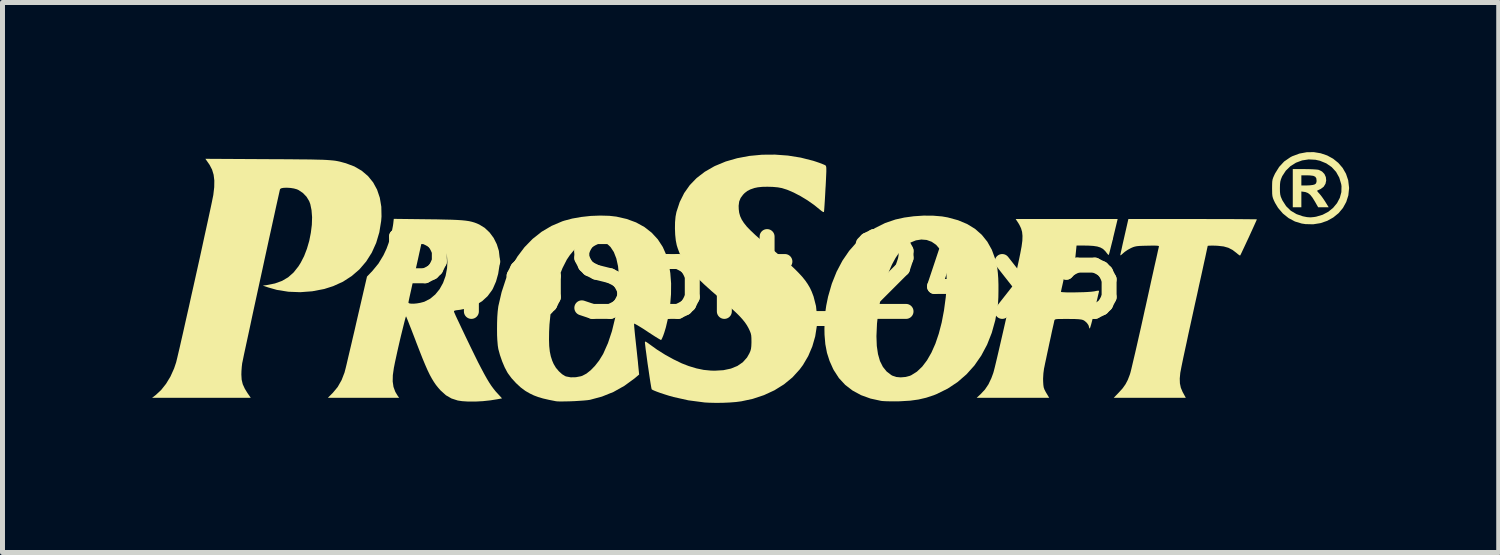
<source format=kicad_pcb>
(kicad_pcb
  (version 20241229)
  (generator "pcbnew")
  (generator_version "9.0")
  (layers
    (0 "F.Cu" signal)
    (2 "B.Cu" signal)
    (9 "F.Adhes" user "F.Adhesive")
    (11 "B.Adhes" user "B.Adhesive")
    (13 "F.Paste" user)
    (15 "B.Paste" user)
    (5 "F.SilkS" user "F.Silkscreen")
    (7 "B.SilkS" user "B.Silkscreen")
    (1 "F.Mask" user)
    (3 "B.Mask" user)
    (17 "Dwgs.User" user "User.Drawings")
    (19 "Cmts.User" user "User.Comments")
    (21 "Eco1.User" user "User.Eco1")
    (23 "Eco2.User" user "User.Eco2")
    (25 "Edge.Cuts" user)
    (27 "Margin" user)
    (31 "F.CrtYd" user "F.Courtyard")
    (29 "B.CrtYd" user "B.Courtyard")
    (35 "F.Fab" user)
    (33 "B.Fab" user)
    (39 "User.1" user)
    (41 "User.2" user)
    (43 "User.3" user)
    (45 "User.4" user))
  (footprint "ProSoft_24x5"
    (layer "F.Cu")
    (at 12.008 2.515)
    (property "Reference" "ProSoft_24x5" (at 0 0 0) (layer "F.SilkS") (effects (font (size 1.5 1.5) (thickness 0.3))))
    (attr exclude_from_pos_files exclude_from_bom allow_missing_courtyard)
    (fp_rect (start -0.1 -0.1) (end 0.1 0.1) (stroke (width 0.15) (type default)) (fill no) (layer "F.SilkS"))
    (fp_poly (pts (xy 11.092 -2.175) (xy 11.179 -2.174) (xy 11.259 -2.171) (xy 11.325 -2.167) (xy 11.369 -2.162) (xy 11.378 -2.16) (xy 11.447 -2.127) (xy 11.496 -2.076) (xy 11.524 -2.014) (xy 11.531 -1.947) (xy 11.517 -1.881) (xy 11.481 -1.822) (xy 11.422 -1.777) (xy 11.413 -1.773) (xy 11.375 -1.755) (xy 11.351 -1.743) (xy 11.348 -1.742) (xy 11.354 -1.729) (xy 11.376 -1.702) (xy 11.391 -1.686) (xy 11.423 -1.648) (xy 11.463 -1.594) (xy 11.504 -1.533) (xy 11.511 -1.522) (xy 11.581 -1.409) (xy 11.475 -1.409) (xy 11.37 -1.409) (xy 11.308 -1.518) (xy 11.257 -1.601) (xy 11.211 -1.659) (xy 11.165 -1.695) (xy 11.116 -1.714) (xy 11.098 -1.717) (xy 11.033 -1.726) (xy 11.033 -1.567) (xy 11.033 -1.409) (xy 10.947 -1.409) (xy 10.861 -1.409) (xy 10.861 -1.792) (xy 10.861 -2.05) (xy 11.033 -2.05) (xy 11.033 -1.948) (xy 11.033 -1.847) (xy 11.147 -1.847) (xy 11.209 -1.85) (xy 11.264 -1.857) (xy 11.299 -1.867) (xy 11.299 -1.867) (xy 11.326 -1.887) (xy 11.337 -1.919) (xy 11.338 -1.948) (xy 11.332 -1.992) (xy 11.311 -2.022) (xy 11.271 -2.04) (xy 11.206 -2.048) (xy 11.147 -2.05) (xy 11.033 -2.05) (xy 10.861 -2.05) (xy 10.861 -2.175)) (stroke (width 0) (type solid)) (fill yes) (layer "F.SilkS"))
    (fp_poly (pts (xy 11.421 -2.492) (xy 11.551 -2.448) (xy 11.67 -2.383) (xy 11.774 -2.299) (xy 11.861 -2.198) (xy 11.928 -2.081) (xy 11.972 -1.951) (xy 11.989 -1.809) (xy 11.99 -1.792) (xy 11.975 -1.648) (xy 11.933 -1.516) (xy 11.867 -1.396) (xy 11.78 -1.292) (xy 11.673 -1.205) (xy 11.551 -1.137) (xy 11.415 -1.091) (xy 11.269 -1.068) (xy 11.115 -1.072) (xy 11.041 -1.083) (xy 10.905 -1.124) (xy 10.777 -1.192) (xy 10.663 -1.284) (xy 10.567 -1.396) (xy 10.506 -1.497) (xy 10.48 -1.551) (xy 10.463 -1.594) (xy 10.453 -1.633) (xy 10.448 -1.68) (xy 10.447 -1.743) (xy 10.446 -1.792) (xy 10.603 -1.792) (xy 10.604 -1.72) (xy 10.609 -1.668) (xy 10.62 -1.623) (xy 10.641 -1.574) (xy 10.654 -1.546) (xy 10.727 -1.432) (xy 10.821 -1.34) (xy 10.936 -1.272) (xy 11.061 -1.229) (xy 11.145 -1.212) (xy 11.216 -1.207) (xy 11.289 -1.214) (xy 11.331 -1.221) (xy 11.459 -1.259) (xy 11.573 -1.319) (xy 11.67 -1.398) (xy 11.748 -1.492) (xy 11.804 -1.598) (xy 11.835 -1.713) (xy 11.838 -1.832) (xy 11.832 -1.873) (xy 11.793 -2.004) (xy 11.729 -2.119) (xy 11.641 -2.215) (xy 11.532 -2.29) (xy 11.405 -2.342) (xy 11.315 -2.362) (xy 11.18 -2.369) (xy 11.048 -2.349) (xy 10.925 -2.303) (xy 10.815 -2.234) (xy 10.722 -2.144) (xy 10.651 -2.036) (xy 10.645 -2.023) (xy 10.624 -1.972) (xy 10.611 -1.925) (xy 10.605 -1.871) (xy 10.603 -1.799) (xy 10.603 -1.792) (xy 10.446 -1.792) (xy 10.446 -1.792) (xy 10.447 -1.869) (xy 10.449 -1.924) (xy 10.456 -1.967) (xy 10.469 -2.006) (xy 10.49 -2.053) (xy 10.506 -2.087) (xy 10.588 -2.219) (xy 10.688 -2.327) (xy 10.81 -2.411) (xy 10.849 -2.432) (xy 10.994 -2.486) (xy 11.14 -2.513) (xy 11.283 -2.515)) (stroke (width 0) (type solid)) (fill yes) (layer "F.SilkS"))
    (fp_poly (pts (xy 3.649 -1.241) (xy 3.829 -1.226) (xy 3.943 -1.206) (xy 4.149 -1.15) (xy 4.331 -1.074) (xy 4.49 -0.977) (xy 4.625 -0.858) (xy 4.737 -0.719) (xy 4.827 -0.558) (xy 4.894 -0.376) (xy 4.938 -0.18) (xy 4.948 -0.093) (xy 4.956 0.017) (xy 4.96 0.141) (xy 4.96 0.27) (xy 4.958 0.395) (xy 4.952 0.507) (xy 4.945 0.579) (xy 4.897 0.852) (xy 4.826 1.108) (xy 4.732 1.346) (xy 4.615 1.565) (xy 4.477 1.764) (xy 4.318 1.941) (xy 4.139 2.096) (xy 3.941 2.227) (xy 3.724 2.334) (xy 3.663 2.359) (xy 3.511 2.409) (xy 3.357 2.445) (xy 3.191 2.468) (xy 3.005 2.479) (xy 2.966 2.481) (xy 2.869 2.482) (xy 2.777 2.481) (xy 2.695 2.479) (xy 2.632 2.475) (xy 2.607 2.472) (xy 2.395 2.426) (xy 2.204 2.357) (xy 2.035 2.265) (xy 1.888 2.152) (xy 1.762 2.016) (xy 1.659 1.857) (xy 1.645 1.831) (xy 1.574 1.672) (xy 1.522 1.509) (xy 1.489 1.335) (xy 1.476 1.182) (xy 2.514 1.182) (xy 2.521 1.371) (xy 2.545 1.535) (xy 2.585 1.675) (xy 2.643 1.79) (xy 2.718 1.883) (xy 2.812 1.955) (xy 2.836 1.968) (xy 2.91 1.993) (xy 2.999 2.001) (xy 3.094 1.993) (xy 3.184 1.97) (xy 3.213 1.957) (xy 3.326 1.886) (xy 3.432 1.785) (xy 3.529 1.657) (xy 3.617 1.503) (xy 3.696 1.325) (xy 3.764 1.124) (xy 3.822 0.901) (xy 3.868 0.659) (xy 3.903 0.398) (xy 3.914 0.277) (xy 3.923 0.083) (xy 3.916 -0.096) (xy 3.896 -0.259) (xy 3.862 -0.4) (xy 3.815 -0.519) (xy 3.786 -0.568) (xy 3.711 -0.656) (xy 3.621 -0.718) (xy 3.521 -0.754) (xy 3.414 -0.763) (xy 3.305 -0.746) (xy 3.197 -0.702) (xy 3.101 -0.636) (xy 3.026 -0.566) (xy 2.96 -0.488) (xy 2.898 -0.395) (xy 2.835 -0.28) (xy 2.817 -0.243) (xy 2.731 -0.043) (xy 2.658 0.179) (xy 2.598 0.418) (xy 2.554 0.667) (xy 2.525 0.92) (xy 2.514 1.171) (xy 2.514 1.182) (xy 1.476 1.182) (xy 1.473 1.143) (xy 1.471 1.032) (xy 1.475 0.863) (xy 1.486 0.711) (xy 1.507 0.564) (xy 1.539 0.408) (xy 1.544 0.383) (xy 1.619 0.123) (xy 1.715 -0.117) (xy 1.831 -0.337) (xy 1.967 -0.536) (xy 2.122 -0.712) (xy 2.294 -0.864) (xy 2.483 -0.991) (xy 2.687 -1.093) (xy 2.895 -1.164) (xy 3.071 -1.203) (xy 3.261 -1.229) (xy 3.457 -1.242)) (stroke (width 0) (type solid)) (fill yes) (layer "F.SilkS"))
    (fp_poly (pts (xy 9.051 -1.174) (xy 9.239 -1.173) (xy 9.416 -1.173) (xy 9.579 -1.173) (xy 9.726 -1.172) (xy 9.854 -1.171) (xy 9.962 -1.17) (xy 10.046 -1.169) (xy 10.105 -1.169) (xy 10.137 -1.167) (xy 10.141 -1.167) (xy 10.135 -1.151) (xy 10.117 -1.111) (xy 10.091 -1.053) (xy 10.058 -0.98) (xy 10.02 -0.897) (xy 9.98 -0.809) (xy 9.939 -0.722) (xy 9.9 -0.638) (xy 9.865 -0.564) (xy 9.837 -0.504) (xy 9.816 -0.461) (xy 9.806 -0.443) (xy 9.806 -0.442) (xy 9.791 -0.447) (xy 9.761 -0.469) (xy 9.733 -0.493) (xy 9.653 -0.554) (xy 9.57 -0.597) (xy 9.475 -0.624) (xy 9.36 -0.637) (xy 9.324 -0.639) (xy 9.255 -0.641) (xy 9.2 -0.64) (xy 9.165 -0.638) (xy 9.155 -0.635) (xy 9.152 -0.618) (xy 9.142 -0.574) (xy 9.127 -0.503) (xy 9.107 -0.409) (xy 9.081 -0.293) (xy 9.052 -0.159) (xy 9.019 -0.008) (xy 8.982 0.157) (xy 8.944 0.334) (xy 8.902 0.521) (xy 8.89 0.576) (xy 8.848 0.768) (xy 8.807 0.955) (xy 8.768 1.132) (xy 8.733 1.298) (xy 8.7 1.45) (xy 8.671 1.584) (xy 8.647 1.7) (xy 8.628 1.793) (xy 8.615 1.862) (xy 8.607 1.903) (xy 8.606 1.907) (xy 8.595 2.024) (xy 8.598 2.121) (xy 8.616 2.207) (xy 8.651 2.291) (xy 8.661 2.309) (xy 8.716 2.41) (xy 7.994 2.41) (xy 7.272 2.41) (xy 7.374 2.304) (xy 7.451 2.219) (xy 7.508 2.138) (xy 7.553 2.052) (xy 7.593 1.948) (xy 7.598 1.933) (xy 7.608 1.898) (xy 7.624 1.835) (xy 7.645 1.746) (xy 7.671 1.635) (xy 7.702 1.504) (xy 7.736 1.356) (xy 7.773 1.192) (xy 7.813 1.017) (xy 7.854 0.832) (xy 7.896 0.64) (xy 7.905 0.603) (xy 7.947 0.413) (xy 7.987 0.232) (xy 8.024 0.062) (xy 8.059 -0.094) (xy 8.09 -0.235) (xy 8.118 -0.358) (xy 8.141 -0.46) (xy 8.158 -0.54) (xy 8.171 -0.594) (xy 8.177 -0.621) (xy 8.178 -0.623) (xy 8.175 -0.632) (xy 8.159 -0.637) (xy 8.125 -0.64) (xy 8.068 -0.641) (xy 7.986 -0.64) (xy 7.946 -0.639) (xy 7.853 -0.637) (xy 7.785 -0.634) (xy 7.734 -0.629) (xy 7.694 -0.621) (xy 7.659 -0.61) (xy 7.622 -0.594) (xy 7.614 -0.59) (xy 7.553 -0.557) (xy 7.494 -0.517) (xy 7.461 -0.489) (xy 7.429 -0.46) (xy 7.407 -0.446) (xy 7.402 -0.447) (xy 7.406 -0.466) (xy 7.415 -0.51) (xy 7.43 -0.577) (xy 7.448 -0.661) (xy 7.47 -0.757) (xy 7.484 -0.818) (xy 7.565 -1.174) (xy 8.853 -1.174)) (stroke (width 0) (type solid)) (fill yes) (layer "F.SilkS"))
    (fp_poly (pts (xy 7.264 -0.818) (xy 7.24 -0.717) (xy 7.217 -0.626) (xy 7.198 -0.55) (xy 7.184 -0.494) (xy 7.174 -0.461) (xy 7.172 -0.454) (xy 7.159 -0.459) (xy 7.143 -0.477) (xy 7.1 -0.532) (xy 7.056 -0.573) (xy 7.004 -0.603) (xy 6.94 -0.623) (xy 6.859 -0.635) (xy 6.756 -0.641) (xy 6.659 -0.642) (xy 6.422 -0.642) (xy 6.317 -0.184) (xy 6.291 -0.069) (xy 6.267 0.037) (xy 6.247 0.129) (xy 6.23 0.203) (xy 6.219 0.255) (xy 6.213 0.283) (xy 6.213 0.286) (xy 6.228 0.291) (xy 6.268 0.294) (xy 6.329 0.297) (xy 6.405 0.298) (xy 6.491 0.297) (xy 6.58 0.295) (xy 6.668 0.293) (xy 6.749 0.289) (xy 6.818 0.284) (xy 6.869 0.278) (xy 6.883 0.276) (xy 6.936 0.265) (xy 6.965 0.262) (xy 6.976 0.267) (xy 6.975 0.281) (xy 6.974 0.288) (xy 6.968 0.312) (xy 6.956 0.362) (xy 6.94 0.433) (xy 6.919 0.52) (xy 6.897 0.619) (xy 6.884 0.676) (xy 6.86 0.776) (xy 6.838 0.864) (xy 6.819 0.937) (xy 6.803 0.99) (xy 6.793 1.019) (xy 6.789 1.023) (xy 6.778 1.003) (xy 6.776 0.991) (xy 6.764 0.953) (xy 6.733 0.909) (xy 6.691 0.871) (xy 6.657 0.851) (xy 6.623 0.842) (xy 6.568 0.835) (xy 6.49 0.831) (xy 6.385 0.83) (xy 6.347 0.829) (xy 6.252 0.83) (xy 6.183 0.83) (xy 6.137 0.832) (xy 6.108 0.836) (xy 6.092 0.843) (xy 6.084 0.852) (xy 6.08 0.865) (xy 6.069 0.917) (xy 6.052 0.992) (xy 6.031 1.085) (xy 6.009 1.191) (xy 5.984 1.303) (xy 5.96 1.417) (xy 5.936 1.528) (xy 5.915 1.629) (xy 5.896 1.716) (xy 5.883 1.782) (xy 5.874 1.823) (xy 5.861 1.92) (xy 5.855 2.025) (xy 5.856 2.082) (xy 5.86 2.151) (xy 5.867 2.201) (xy 5.882 2.244) (xy 5.906 2.291) (xy 5.919 2.313) (xy 5.977 2.41) (xy 5.251 2.41) (xy 4.524 2.41) (xy 4.604 2.336) (xy 4.689 2.245) (xy 4.759 2.141) (xy 4.818 2.017) (xy 4.856 1.914) (xy 4.867 1.875) (xy 4.884 1.809) (xy 4.906 1.718) (xy 4.933 1.605) (xy 4.964 1.473) (xy 4.998 1.325) (xy 5.035 1.165) (xy 5.074 0.995) (xy 5.114 0.818) (xy 5.155 0.636) (xy 5.195 0.454) (xy 5.235 0.274) (xy 5.273 0.099) (xy 5.31 -0.069) (xy 5.343 -0.226) (xy 5.374 -0.368) (xy 5.398 -0.486) (xy 5.424 -0.625) (xy 5.439 -0.739) (xy 5.442 -0.835) (xy 5.434 -0.916) (xy 5.413 -0.988) (xy 5.38 -1.057) (xy 5.359 -1.092) (xy 5.305 -1.174) (xy 6.328 -1.174) (xy 7.35 -1.174)) (stroke (width 0) (type solid)) (fill yes) (layer "F.SilkS"))
    (fp_poly (pts (xy -9.699 -2.374) (xy -9.466 -2.373) (xy -9.261 -2.372) (xy -9.084 -2.37) (xy -8.93 -2.369) (xy -8.798 -2.367) (xy -8.686 -2.364) (xy -8.591 -2.362) (xy -8.51 -2.358) (xy -8.442 -2.353) (xy -8.384 -2.348) (xy -8.334 -2.342) (xy -8.289 -2.334) (xy -8.246 -2.325) (xy -8.205 -2.314) (xy -8.162 -2.302) (xy -8.124 -2.292) (xy -7.954 -2.228) (xy -7.806 -2.142) (xy -7.68 -2.035) (xy -7.577 -1.908) (xy -7.498 -1.763) (xy -7.443 -1.6) (xy -7.413 -1.42) (xy -7.409 -1.225) (xy -7.416 -1.135) (xy -7.453 -0.907) (xy -7.516 -0.695) (xy -7.604 -0.5) (xy -7.716 -0.323) (xy -7.85 -0.166) (xy -8.006 -0.031) (xy -8.182 0.083) (xy -8.378 0.172) (xy -8.557 0.229) (xy -8.797 0.275) (xy -9.038 0.293) (xy -9.276 0.284) (xy -9.507 0.247) (xy -9.68 0.198) (xy -9.789 0.161) (xy -9.711 0.151) (xy -9.546 0.118) (xy -9.404 0.067) (xy -9.28 -0.006) (xy -9.172 -0.102) (xy -9.075 -0.224) (xy -9.03 -0.296) (xy -8.961 -0.43) (xy -8.904 -0.578) (xy -8.858 -0.736) (xy -8.826 -0.897) (xy -8.806 -1.057) (xy -8.801 -1.21) (xy -8.812 -1.351) (xy -8.837 -1.473) (xy -8.859 -1.532) (xy -8.912 -1.62) (xy -8.985 -1.696) (xy -9.07 -1.753) (xy -9.104 -1.769) (xy -9.165 -1.786) (xy -9.233 -1.797) (xy -9.302 -1.801) (xy -9.365 -1.8) (xy -9.413 -1.792) (xy -9.441 -1.777) (xy -9.443 -1.772) (xy -9.449 -1.751) (xy -9.46 -1.701) (xy -9.477 -1.625) (xy -9.499 -1.526) (xy -9.526 -1.405) (xy -9.556 -1.267) (xy -9.59 -1.112) (xy -9.627 -0.943) (xy -9.667 -0.763) (xy -9.708 -0.573) (xy -9.751 -0.377) (xy -9.794 -0.177) (xy -9.838 0.024) (xy -9.882 0.226) (xy -9.925 0.424) (xy -9.967 0.617) (xy -10.007 0.802) (xy -10.044 0.977) (xy -10.079 1.139) (xy -10.111 1.287) (xy -10.139 1.417) (xy -10.163 1.527) (xy -10.181 1.615) (xy -10.194 1.679) (xy -10.202 1.715) (xy -10.203 1.722) (xy -10.211 1.792) (xy -10.217 1.874) (xy -10.219 1.944) (xy -10.213 2.047) (xy -10.191 2.139) (xy -10.149 2.23) (xy -10.096 2.316) (xy -10.031 2.41) (xy -11.02 2.41) (xy -12.008 2.41) (xy -11.935 2.354) (xy -11.828 2.255) (xy -11.729 2.13) (xy -11.641 1.985) (xy -11.568 1.823) (xy -11.526 1.698) (xy -11.517 1.66) (xy -11.501 1.595) (xy -11.48 1.505) (xy -11.453 1.391) (xy -11.423 1.258) (xy -11.388 1.106) (xy -11.351 0.94) (xy -11.311 0.762) (xy -11.268 0.573) (xy -11.225 0.377) (xy -11.18 0.177) (xy -11.135 -0.025) (xy -11.09 -0.227) (xy -11.046 -0.425) (xy -11.004 -0.618) (xy -10.964 -0.803) (xy -10.926 -0.976) (xy -10.891 -1.136) (xy -10.86 -1.28) (xy -10.833 -1.405) (xy -10.811 -1.509) (xy -10.795 -1.589) (xy -10.784 -1.642) (xy -10.781 -1.659) (xy -10.763 -1.813) (xy -10.761 -1.946) (xy -10.775 -2.061) (xy -10.806 -2.164) (xy -10.856 -2.26) (xy -10.878 -2.292) (xy -10.94 -2.381)) (stroke (width 0) (type solid)) (fill yes) (layer "F.SilkS"))
    (fp_poly (pts (xy -2.84 -1.238) (xy -2.7 -1.222) (xy -2.494 -1.175) (xy -2.306 -1.106) (xy -2.139 -1.014) (xy -1.994 -0.901) (xy -1.87 -0.767) (xy -1.77 -0.613) (xy -1.7 -0.455) (xy -1.651 -0.283) (xy -1.619 -0.091) (xy -1.603 0.117) (xy -1.605 0.335) (xy -1.623 0.558) (xy -1.657 0.781) (xy -1.708 0.998) (xy -1.739 1.101) (xy -1.761 1.164) (xy -1.782 1.214) (xy -1.798 1.245) (xy -1.805 1.252) (xy -1.823 1.243) (xy -1.863 1.22) (xy -1.92 1.185) (xy -1.99 1.14) (xy -2.07 1.088) (xy -2.081 1.08) (xy -2.16 1.028) (xy -2.23 0.985) (xy -2.287 0.951) (xy -2.326 0.93) (xy -2.344 0.923) (xy -2.345 0.924) (xy -2.345 0.944) (xy -2.342 0.989) (xy -2.336 1.056) (xy -2.328 1.139) (xy -2.318 1.232) (xy -2.317 1.24) (xy -2.305 1.352) (xy -2.292 1.47) (xy -2.28 1.585) (xy -2.269 1.685) (xy -2.264 1.743) (xy -2.244 1.944) (xy -2.335 2.021) (xy -2.539 2.17) (xy -2.758 2.293) (xy -2.989 2.386) (xy -3.23 2.451) (xy -3.279 2.458) (xy -3.351 2.465) (xy -3.439 2.471) (xy -3.535 2.477) (xy -3.633 2.481) (xy -3.727 2.483) (xy -3.809 2.484) (xy -3.874 2.483) (xy -3.913 2.479) (xy -4.054 2.451) (xy -4.171 2.424) (xy -4.268 2.395) (xy -4.354 2.363) (xy -4.433 2.325) (xy -4.512 2.28) (xy -4.528 2.27) (xy -4.618 2.203) (xy -4.712 2.116) (xy -4.8 2.02) (xy -4.873 1.922) (xy -4.889 1.896) (xy -4.94 1.799) (xy -4.99 1.681) (xy -5.034 1.554) (xy -5.067 1.433) (xy -5.078 1.363) (xy -5.086 1.268) (xy -5.088 1.243) (xy -4.051 1.243) (xy -4.047 1.372) (xy -4.035 1.482) (xy -4.015 1.579) (xy -3.986 1.668) (xy -3.958 1.732) (xy -3.913 1.808) (xy -3.853 1.879) (xy -3.788 1.938) (xy -3.724 1.977) (xy -3.706 1.983) (xy -3.616 2) (xy -3.513 1.998) (xy -3.413 1.979) (xy -3.385 1.97) (xy -3.301 1.926) (xy -3.214 1.857) (xy -3.128 1.768) (xy -3.047 1.664) (xy -2.976 1.549) (xy -2.963 1.526) (xy -2.868 1.312) (xy -2.789 1.074) (xy -2.726 0.815) (xy -2.682 0.537) (xy -2.655 0.244) (xy -2.651 0.157) (xy -2.65 -0.048) (xy -2.667 -0.228) (xy -2.701 -0.382) (xy -2.751 -0.511) (xy -2.818 -0.613) (xy -2.901 -0.69) (xy -3 -0.74) (xy -3.019 -0.746) (xy -3.134 -0.763) (xy -3.251 -0.75) (xy -3.342 -0.718) (xy -3.41 -0.677) (xy -3.486 -0.614) (xy -3.562 -0.536) (xy -3.633 -0.45) (xy -3.692 -0.363) (xy -3.694 -0.36) (xy -3.781 -0.189) (xy -3.858 0.007) (xy -3.923 0.223) (xy -3.977 0.454) (xy -4.017 0.695) (xy -4.042 0.942) (xy -4.049 1.088) (xy -4.051 1.243) (xy -5.088 1.243) (xy -5.092 1.156) (xy -5.093 1.035) (xy -5.092 0.91) (xy -5.088 0.79) (xy -5.08 0.681) (xy -5.069 0.591) (xy -5.066 0.571) (xy -5.001 0.291) (xy -4.916 0.032) (xy -4.811 -0.204) (xy -4.686 -0.418) (xy -4.542 -0.609) (xy -4.379 -0.776) (xy -4.198 -0.919) (xy -4 -1.036) (xy -3.784 -1.128) (xy -3.747 -1.14) (xy -3.586 -1.183) (xy -3.405 -1.215) (xy -3.214 -1.236) (xy -3.022 -1.243)) (stroke (width 0) (type solid)) (fill yes) (layer "F.SilkS"))
    (fp_poly (pts (xy -6.489 -1.169) (xy -6.301 -1.167) (xy -6.141 -1.163) (xy -6.006 -1.16) (xy -5.893 -1.155) (xy -5.799 -1.149) (xy -5.72 -1.141) (xy -5.653 -1.131) (xy -5.596 -1.118) (xy -5.545 -1.103) (xy -5.497 -1.085) (xy -5.45 -1.064) (xy -5.342 -0.998) (xy -5.244 -0.906) (xy -5.161 -0.795) (xy -5.098 -0.669) (xy -5.056 -0.535) (xy -5.056 -0.535) (xy -5.04 -0.392) (xy -5.045 -0.236) (xy -5.07 -0.076) (xy -5.113 0.078) (xy -5.174 0.218) (xy -5.191 0.249) (xy -5.28 0.37) (xy -5.391 0.473) (xy -5.522 0.554) (xy -5.671 0.612) (xy -5.833 0.646) (xy -5.858 0.649) (xy -5.914 0.656) (xy -5.944 0.663) (xy -5.956 0.673) (xy -5.955 0.689) (xy -5.954 0.69) (xy -5.945 0.711) (xy -5.925 0.757) (xy -5.894 0.824) (xy -5.854 0.908) (xy -5.808 1.006) (xy -5.756 1.115) (xy -5.72 1.191) (xy -5.626 1.386) (xy -5.543 1.556) (xy -5.471 1.702) (xy -5.406 1.827) (xy -5.349 1.934) (xy -5.298 2.025) (xy -5.251 2.103) (xy -5.207 2.17) (xy -5.164 2.228) (xy -5.121 2.282) (xy -5.076 2.331) (xy -4.993 2.422) (xy -5.083 2.439) (xy -5.228 2.462) (xy -5.379 2.478) (xy -5.528 2.486) (xy -5.668 2.486) (xy -5.792 2.478) (xy -5.88 2.465) (xy -6.006 2.424) (xy -6.117 2.36) (xy -6.22 2.267) (xy -6.225 2.263) (xy -6.273 2.208) (xy -6.318 2.152) (xy -6.359 2.092) (xy -6.4 2.025) (xy -6.442 1.948) (xy -6.486 1.857) (xy -6.533 1.75) (xy -6.586 1.623) (xy -6.645 1.473) (xy -6.713 1.298) (xy -6.73 1.252) (xy -6.774 1.138) (xy -6.814 1.034) (xy -6.85 0.943) (xy -6.879 0.868) (xy -6.901 0.814) (xy -6.914 0.783) (xy -6.917 0.778) (xy -6.923 0.79) (xy -6.934 0.828) (xy -6.95 0.889) (xy -6.97 0.969) (xy -6.993 1.062) (xy -7.019 1.167) (xy -7.045 1.277) (xy -7.071 1.39) (xy -7.096 1.501) (xy -7.119 1.607) (xy -7.14 1.703) (xy -7.156 1.785) (xy -7.161 1.808) (xy -7.182 1.956) (xy -7.185 2.082) (xy -7.169 2.192) (xy -7.133 2.29) (xy -7.089 2.364) (xy -7.056 2.41) (xy -7.77 2.41) (xy -8.484 2.41) (xy -8.385 2.311) (xy -8.288 2.194) (xy -8.209 2.055) (xy -8.15 1.902) (xy -8.148 1.894) (xy -8.14 1.863) (xy -8.125 1.805) (xy -8.105 1.722) (xy -8.081 1.618) (xy -8.052 1.495) (xy -8.019 1.356) (xy -7.984 1.205) (xy -7.946 1.044) (xy -7.912 0.894) (xy -7.821 0.502) (xy -6.87 0.502) (xy -6.856 0.516) (xy -6.819 0.523) (xy -6.764 0.524) (xy -6.699 0.518) (xy -6.631 0.506) (xy -6.566 0.489) (xy -6.547 0.483) (xy -6.433 0.424) (xy -6.331 0.339) (xy -6.244 0.232) (xy -6.175 0.107) (xy -6.124 -0.034) (xy -6.095 -0.187) (xy -6.088 -0.308) (xy -6.096 -0.424) (xy -6.121 -0.515) (xy -6.165 -0.586) (xy -6.23 -0.639) (xy -6.299 -0.672) (xy -6.348 -0.686) (xy -6.407 -0.699) (xy -6.469 -0.709) (xy -6.527 -0.716) (xy -6.573 -0.718) (xy -6.6 -0.715) (xy -6.604 -0.71) (xy -6.608 -0.692) (xy -6.617 -0.647) (xy -6.632 -0.579) (xy -6.652 -0.489) (xy -6.675 -0.383) (xy -6.702 -0.263) (xy -6.731 -0.133) (xy -6.737 -0.104) (xy -6.767 0.028) (xy -6.794 0.15) (xy -6.818 0.26) (xy -6.839 0.353) (xy -6.855 0.426) (xy -6.865 0.476) (xy -6.87 0.5) (xy -6.87 0.502) (xy -7.821 0.502) (xy -7.7 -0.02) (xy -7.592 -0.133) (xy -7.471 -0.28) (xy -7.37 -0.447) (xy -7.308 -0.579) (xy -7.269 -0.686) (xy -7.232 -0.806) (xy -7.201 -0.928) (xy -7.18 -1.038) (xy -7.174 -1.079) (xy -7.163 -1.177)) (stroke (width 0) (type solid)) (fill yes) (layer "F.SilkS"))
    (fp_poly (pts (xy 0.74 -2.446) (xy 0.996 -2.405) (xy 1.244 -2.342) (xy 1.3 -2.324) (xy 1.37 -2.3) (xy 1.43 -2.277) (xy 1.473 -2.259) (xy 1.492 -2.249) (xy 1.499 -2.241) (xy 1.504 -2.228) (xy 1.508 -2.207) (xy 1.509 -2.172) (xy 1.509 -2.123) (xy 1.506 -2.053) (xy 1.502 -1.961) (xy 1.496 -1.843) (xy 1.492 -1.784) (xy 1.486 -1.668) (xy 1.48 -1.562) (xy 1.474 -1.47) (xy 1.469 -1.396) (xy 1.465 -1.344) (xy 1.462 -1.319) (xy 1.462 -1.317) (xy 1.448 -1.313) (xy 1.416 -1.333) (xy 1.386 -1.357) (xy 1.265 -1.455) (xy 1.131 -1.549) (xy 0.992 -1.633) (xy 0.854 -1.705) (xy 0.723 -1.761) (xy 0.618 -1.794) (xy 0.535 -1.809) (xy 0.435 -1.818) (xy 0.33 -1.821) (xy 0.227 -1.819) (xy 0.137 -1.81) (xy 0.069 -1.796) (xy -0.015 -1.767) (xy -0.077 -1.735) (xy -0.129 -1.694) (xy -0.16 -1.662) (xy -0.209 -1.596) (xy -0.238 -1.525) (xy -0.249 -1.44) (xy -0.247 -1.371) (xy -0.238 -1.3) (xy -0.219 -1.232) (xy -0.188 -1.164) (xy -0.143 -1.094) (xy -0.083 -1.019) (xy -0.003 -0.937) (xy 0.096 -0.844) (xy 0.218 -0.738) (xy 0.313 -0.66) (xy 0.483 -0.519) (xy 0.63 -0.395) (xy 0.755 -0.285) (xy 0.862 -0.186) (xy 0.951 -0.097) (xy 1.026 -0.016) (xy 1.088 0.061) (xy 1.138 0.134) (xy 1.181 0.207) (xy 1.216 0.282) (xy 1.246 0.361) (xy 1.253 0.379) (xy 1.302 0.571) (xy 1.323 0.771) (xy 1.318 0.976) (xy 1.286 1.18) (xy 1.228 1.381) (xy 1.146 1.574) (xy 1.04 1.754) (xy 0.974 1.843) (xy 0.829 2.002) (xy 0.66 2.141) (xy 0.469 2.26) (xy 0.259 2.357) (xy 0.033 2.432) (xy -0.195 2.481) (xy -0.303 2.495) (xy -0.432 2.505) (xy -0.572 2.511) (xy -0.712 2.512) (xy -0.843 2.509) (xy -0.931 2.504) (xy -1.258 2.461) (xy -1.557 2.394) (xy -1.646 2.369) (xy -1.735 2.341) (xy -1.82 2.313) (xy -1.894 2.286) (xy -1.951 2.263) (xy -1.986 2.245) (xy -1.992 2.24) (xy -1.997 2.222) (xy -2.005 2.178) (xy -2.016 2.113) (xy -2.029 2.03) (xy -2.043 1.935) (xy -2.058 1.832) (xy -2.074 1.726) (xy -2.088 1.622) (xy -2.101 1.524) (xy -2.113 1.437) (xy -2.121 1.366) (xy -2.127 1.315) (xy -2.128 1.294) (xy -2.123 1.283) (xy -2.106 1.288) (xy -2.072 1.31) (xy -2.038 1.335) (xy -1.885 1.445) (xy -1.721 1.548) (xy -1.552 1.641) (xy -1.389 1.72) (xy -1.25 1.774) (xy -1.094 1.821) (xy -0.95 1.851) (xy -0.805 1.865) (xy -0.728 1.867) (xy -0.555 1.857) (xy -0.404 1.825) (xy -0.274 1.772) (xy -0.166 1.698) (xy -0.081 1.603) (xy -0.034 1.52) (xy -0.013 1.472) (xy -0.001 1.428) (xy 0.005 1.376) (xy 0.008 1.306) (xy 0.008 1.282) (xy 0.007 1.21) (xy 0.003 1.158) (xy -0.007 1.115) (xy -0.025 1.069) (xy -0.051 1.014) (xy -0.083 0.957) (xy -0.123 0.898) (xy -0.174 0.835) (xy -0.238 0.765) (xy -0.318 0.687) (xy -0.417 0.597) (xy -0.536 0.492) (xy -0.626 0.415) (xy -0.795 0.268) (xy -0.941 0.136) (xy -1.065 0.017) (xy -1.169 -0.093) (xy -1.256 -0.195) (xy -1.327 -0.294) (xy -1.386 -0.39) (xy -1.433 -0.487) (xy -1.471 -0.588) (xy -1.49 -0.649) (xy -1.509 -0.744) (xy -1.521 -0.858) (xy -1.526 -0.983) (xy -1.524 -1.108) (xy -1.514 -1.222) (xy -1.496 -1.315) (xy -1.43 -1.515) (xy -1.341 -1.694) (xy -1.228 -1.854) (xy -1.091 -1.996) (xy -0.928 -2.121) (xy -0.739 -2.23) (xy -0.72 -2.239) (xy -0.508 -2.327) (xy -0.278 -2.393) (xy -0.034 -2.439) (xy 0.221 -2.463) (xy 0.48 -2.465)) (stroke (width 0) (type solid)) (fill yes) (layer "F.SilkS")))
  (gr_rect
    (start -3 -3)
    (end 26.998 8.027)
    (stroke (width 0.1) (type default))
    (fill no)
    (layer "Edge.Cuts")))
</source>
